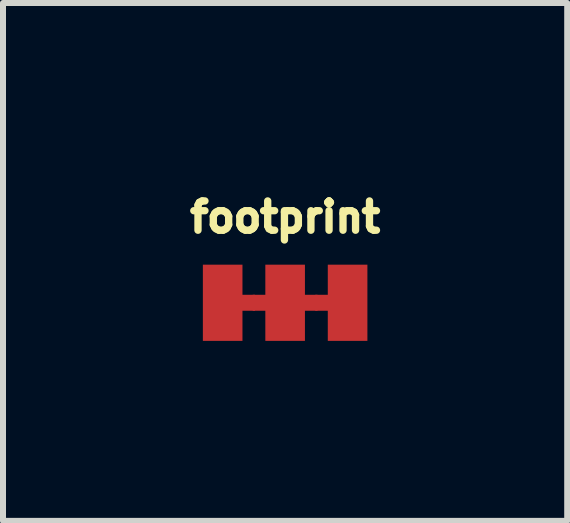
<source format=kicad_pcb>
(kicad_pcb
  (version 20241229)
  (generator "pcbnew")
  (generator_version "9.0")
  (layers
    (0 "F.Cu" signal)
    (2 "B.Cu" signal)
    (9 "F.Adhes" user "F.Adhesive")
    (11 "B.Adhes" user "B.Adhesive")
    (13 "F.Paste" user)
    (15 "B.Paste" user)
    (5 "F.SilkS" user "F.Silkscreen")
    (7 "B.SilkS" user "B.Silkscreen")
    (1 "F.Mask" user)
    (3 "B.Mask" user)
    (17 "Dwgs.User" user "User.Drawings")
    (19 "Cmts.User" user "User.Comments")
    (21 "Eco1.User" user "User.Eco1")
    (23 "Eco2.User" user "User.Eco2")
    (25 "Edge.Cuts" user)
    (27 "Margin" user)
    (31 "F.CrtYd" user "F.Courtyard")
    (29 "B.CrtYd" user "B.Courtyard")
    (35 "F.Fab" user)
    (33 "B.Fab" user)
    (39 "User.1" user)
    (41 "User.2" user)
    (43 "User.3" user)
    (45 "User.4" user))
  (footprint "footprint"
    (layer "F.Cu")
    (at 1.702 1.996)
    (property "Reference" "footprint" (at 0 -1.143 0) (layer "F.SilkS") (effects (font (size 0.488 0.488) (thickness 0.122)) (justify bottom)))
    (fp_poly (pts (xy -0.502 0.133) (xy -1.238 0.133) (xy -1.238 -0.133) (xy -0.502 -0.133)) (stroke (width 0) (type solid)) (fill yes) (layer "F.Cu"))
    (fp_poly (pts (xy 0.54 0.133) (xy -0.54 0.133) (xy -0.54 -0.133) (xy 0.54 -0.133)) (stroke (width 0) (type solid)) (fill yes) (layer "F.Cu"))
    (fp_poly (pts (xy 1.238 0.133) (xy 0.502 0.133) (xy 0.502 -0.133) (xy 1.238 -0.133)) (stroke (width 0) (type solid)) (fill yes) (layer "F.Cu"))
    (fp_poly (pts (xy -0.254 0.191) (xy -0.762 0.191) (xy -0.762 -0.191) (xy -0.254 -0.191)) (stroke (width 0) (type solid)) (fill yes) (layer "F.Mask"))
    (fp_poly (pts (xy 0.762 0.191) (xy 0.254 0.191) (xy 0.254 -0.191) (xy 0.762 -0.191)) (stroke (width 0) (type solid)) (fill yes) (layer "F.Mask"))
    (pad "1" smd rect (at -1.041 0) (size 0.66 1.27) (layers "F.Cu" "F.Mask"))
    (pad "2" smd rect (at 0 0) (size 0.66 1.27) (layers "F.Cu" "F.Mask"))
    (pad "3" smd rect (at 1.041 0) (size 0.66 1.27) (layers "F.Cu" "F.Mask")))
  (gr_rect
    (start -3 -3)
    (end 6.403 5.631)
    (stroke (width 0.1) (type default))
    (fill no)
    (layer "Edge.Cuts")))
</source>
